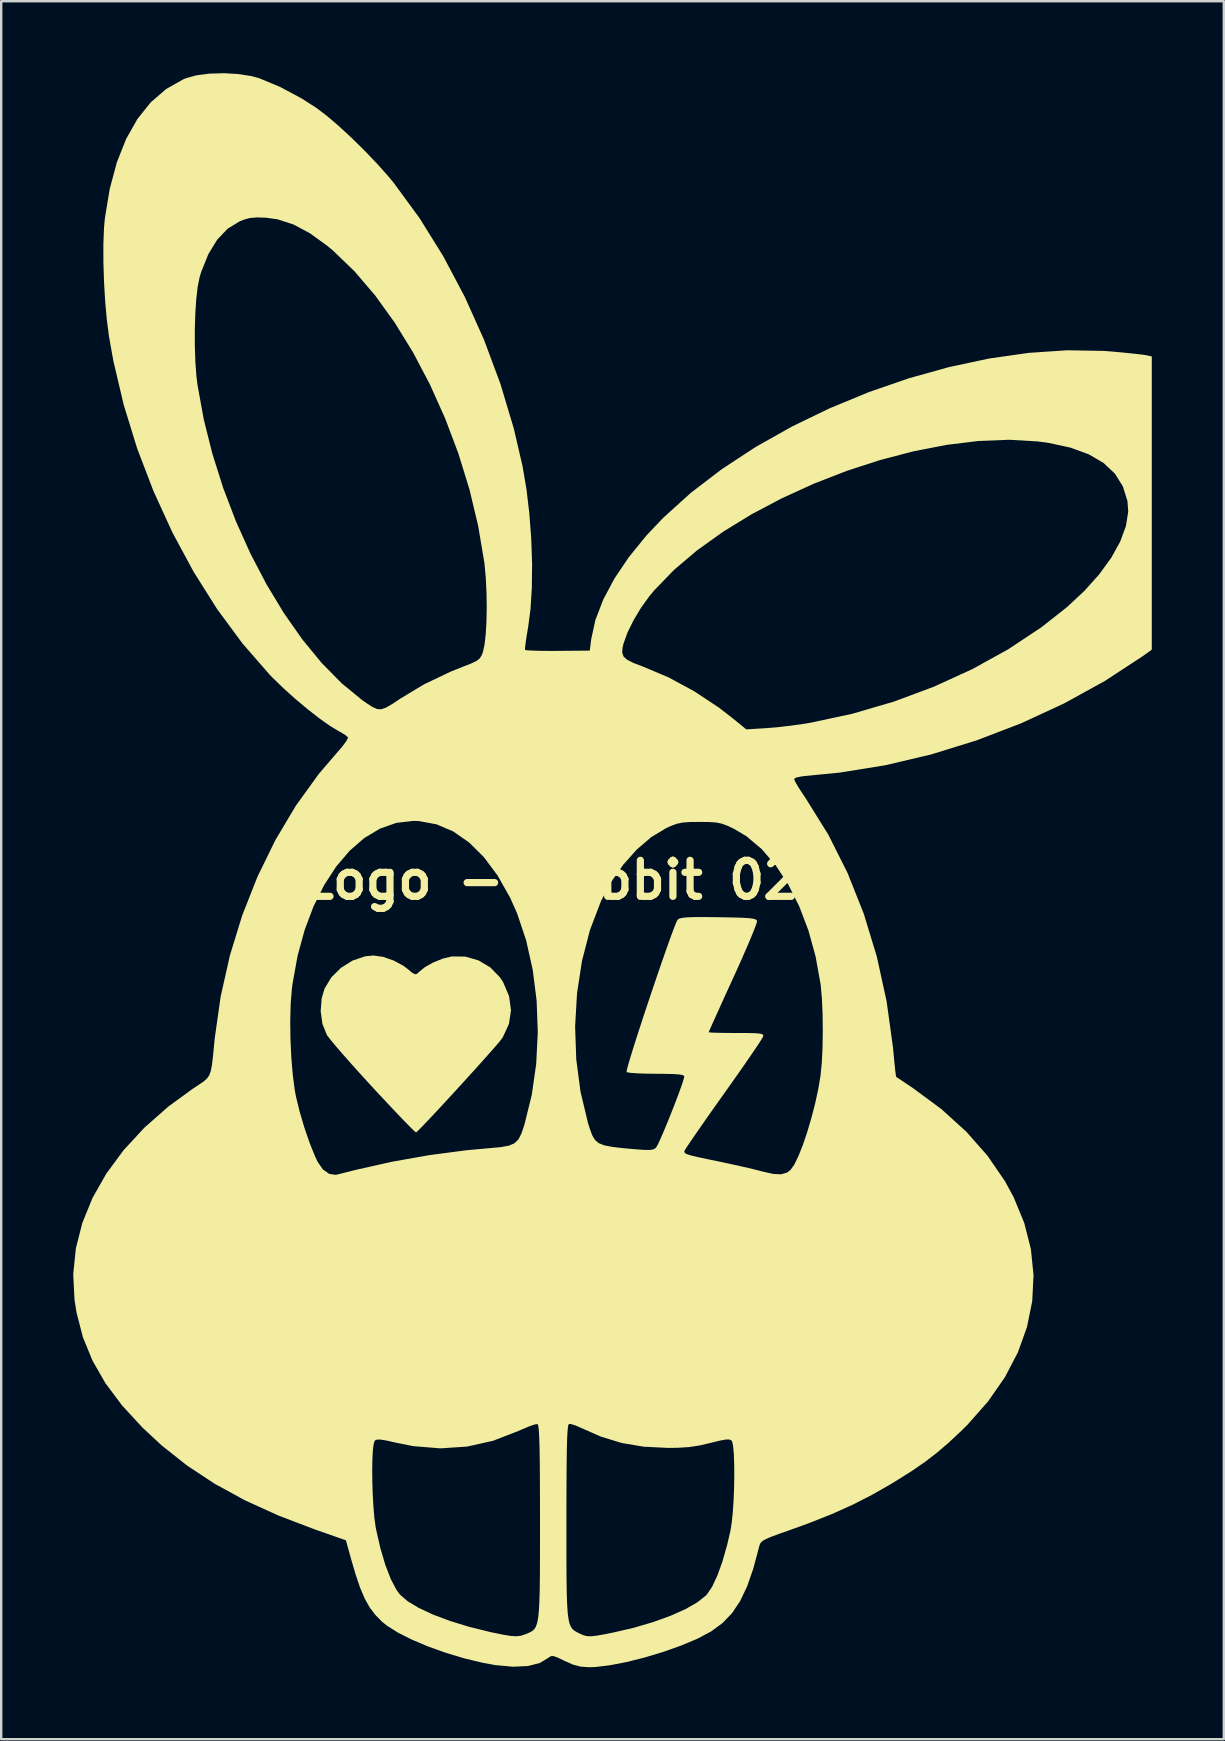
<source format=kicad_pcb>
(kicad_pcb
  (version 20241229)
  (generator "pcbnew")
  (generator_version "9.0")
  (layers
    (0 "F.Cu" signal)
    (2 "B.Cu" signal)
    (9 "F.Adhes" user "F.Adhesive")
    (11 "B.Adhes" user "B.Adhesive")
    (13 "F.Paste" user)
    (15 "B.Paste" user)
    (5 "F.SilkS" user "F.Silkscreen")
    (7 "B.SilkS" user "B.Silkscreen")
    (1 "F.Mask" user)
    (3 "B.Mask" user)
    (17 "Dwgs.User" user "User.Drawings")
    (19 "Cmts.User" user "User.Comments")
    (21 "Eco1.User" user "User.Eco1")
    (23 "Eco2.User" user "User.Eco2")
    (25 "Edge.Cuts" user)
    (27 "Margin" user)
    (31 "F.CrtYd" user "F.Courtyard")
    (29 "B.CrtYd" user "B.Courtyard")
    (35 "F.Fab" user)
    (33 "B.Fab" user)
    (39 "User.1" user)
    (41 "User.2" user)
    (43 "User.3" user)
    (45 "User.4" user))
  (footprint "Logo - Rabbit 02"
    (layer "F.Cu")
    (at 19.91 33.609)
    (property "Reference" "Logo - Rabbit 02" (at 0 0 0) (layer "F.SilkS") (effects (font (size 1.5 1.5) (thickness 0.3))))
    (attr board_only exclude_from_pos_files exclude_from_bom)
    (fp_poly (pts (xy -7 3.201) (xy -6.555 3.355) (xy -6.149 3.576) (xy -5.997 3.691) (xy -5.795 3.858) (xy -5.673 3.926) (xy -5.589 3.907) (xy -5.512 3.833) (xy -5.259 3.627) (xy -4.903 3.429) (xy -4.509 3.271) (xy -4.145 3.183) (xy -3.576 3.189) (xy -3.028 3.347) (xy -2.536 3.64) (xy -2.135 4.051) (xy -1.998 4.26) (xy -1.753 4.841) (xy -1.674 5.424) (xy -1.759 5.994) (xy -2.01 6.538) (xy -2.053 6.604) (xy -2.154 6.733) (xy -2.348 6.959) (xy -2.617 7.265) (xy -2.944 7.631) (xy -3.312 8.039) (xy -3.702 8.468) (xy -4.099 8.902) (xy -4.484 9.32) (xy -4.84 9.703) (xy -5.151 10.033) (xy -5.398 10.291) (xy -5.564 10.458) (xy -5.629 10.514) (xy -5.698 10.46) (xy -5.866 10.296) (xy -6.12 10.036) (xy -6.445 9.697) (xy -6.826 9.293) (xy -7.25 8.839) (xy -7.413 8.663) (xy -7.86 8.175) (xy -8.278 7.712) (xy -8.65 7.291) (xy -8.96 6.932) (xy -9.192 6.654) (xy -9.328 6.476) (xy -9.346 6.448) (xy -9.529 5.991) (xy -9.602 5.464) (xy -9.561 4.928) (xy -9.439 4.517) (xy -9.155 4.051) (xy -8.754 3.655) (xy -8.274 3.355) (xy -7.755 3.179) (xy -7.408 3.143)) (stroke (width 0) (type solid)) (fill yes) (layer "F.SilkS"))
    (fp_poly (pts (xy -13.027 -33.574) (xy -12.476 -33.487) (xy -12.15 -33.396) (xy -11.28 -33.032) (xy -10.389 -32.554) (xy -9.781 -32.165) (xy -9.351 -31.839) (xy -8.85 -31.411) (xy -8.308 -30.911) (xy -7.759 -30.37) (xy -7.233 -29.819) (xy -6.764 -29.29) (xy -6.552 -29.032) (xy -5.483 -27.573) (xy -4.494 -25.982) (xy -3.596 -24.286) (xy -2.799 -22.508) (xy -2.115 -20.672) (xy -1.556 -18.804) (xy -1.194 -17.245) (xy -1.031 -16.29) (xy -0.91 -15.269) (xy -0.831 -14.22) (xy -0.795 -13.182) (xy -0.805 -12.192) (xy -0.861 -11.289) (xy -0.96 -10.534) (xy -1.023 -10.164) (xy -1.068 -9.858) (xy -1.091 -9.653) (xy -1.09 -9.588) (xy -1 -9.57) (xy -0.77 -9.557) (xy -0.429 -9.548) (xy -0.007 -9.544) (xy 0.274 -9.546) (xy 1.608 -9.557) (xy 1.666 -10.025) (xy 1.841 -10.829) (xy 2.166 -11.678) (xy 2.633 -12.556) (xy 3.233 -13.448) (xy 3.957 -14.34) (xy 4.656 -15.079) (xy 5.82 -16.132) (xy 7.117 -17.123) (xy 8.526 -18.045) (xy 10.029 -18.891) (xy 11.606 -19.654) (xy 13.236 -20.327) (xy 14.899 -20.901) (xy 16.576 -21.369) (xy 18.248 -21.725) (xy 19.893 -21.96) (xy 21.492 -22.068) (xy 23.025 -22.041) (xy 23.347 -22.016) (xy 23.801 -21.975) (xy 24.212 -21.933) (xy 24.542 -21.897) (xy 24.752 -21.868) (xy 24.786 -21.862) (xy 25.019 -21.812) (xy 25.019 -15.704) (xy 25.019 -9.596) (xy 24.635 -9.321) (xy 23.059 -8.29) (xy 21.364 -7.356) (xy 19.576 -6.529) (xy 17.722 -5.818) (xy 15.827 -5.232) (xy 13.919 -4.782) (xy 12.022 -4.476) (xy 10.901 -4.366) (xy 10.479 -4.324) (xy 10.216 -4.273) (xy 10.118 -4.213) (xy 10.118 -4.207) (xy 10.163 -4.099) (xy 10.287 -3.886) (xy 10.467 -3.605) (xy 10.611 -3.391) (xy 11.542 -1.895) (xy 12.347 -0.292) (xy 13.023 1.408) (xy 13.566 3.193) (xy 13.973 5.054) (xy 14.239 6.978) (xy 14.261 7.212) (xy 14.297 7.597) (xy 14.33 7.912) (xy 14.356 8.124) (xy 14.371 8.198) (xy 14.446 8.249) (xy 14.631 8.373) (xy 14.893 8.549) (xy 15.071 8.667) (xy 16.258 9.544) (xy 17.295 10.485) (xy 18.177 11.486) (xy 18.904 12.546) (xy 19.264 13.21) (xy 19.707 14.288) (xy 19.983 15.374) (xy 20.093 16.462) (xy 20.038 17.546) (xy 19.82 18.62) (xy 19.44 19.677) (xy 18.899 20.712) (xy 18.199 21.719) (xy 17.341 22.691) (xy 17.091 22.938) (xy 16.563 23.432) (xy 16.071 23.854) (xy 15.571 24.239) (xy 15.017 24.62) (xy 14.367 25.029) (xy 14.167 25.151) (xy 13.36 25.613) (xy 12.548 26.027) (xy 11.687 26.413) (xy 10.734 26.791) (xy 9.993 27.059) (xy 9.517 27.227) (xy 9.177 27.353) (xy 8.947 27.45) (xy 8.804 27.532) (xy 8.723 27.612) (xy 8.68 27.704) (xy 8.657 27.79) (xy 8.42 28.681) (xy 8.162 29.423) (xy 7.871 30.035) (xy 7.533 30.539) (xy 7.134 30.954) (xy 6.66 31.301) (xy 6.099 31.6) (xy 6.096 31.601) (xy 5.412 31.889) (xy 4.666 32.153) (xy 3.897 32.385) (xy 3.144 32.574) (xy 2.444 32.709) (xy 1.838 32.782) (xy 1.588 32.791) (xy 1.227 32.766) (xy 0.9 32.679) (xy 0.559 32.527) (xy 0.277 32.391) (xy 0.102 32.327) (xy -0.01 32.328) (xy -0.1 32.384) (xy -0.115 32.397) (xy -0.477 32.616) (xy -0.971 32.741) (xy -1.586 32.77) (xy -2.315 32.704) (xy -2.836 32.61) (xy -3.617 32.422) (xy -4.392 32.19) (xy -5.132 31.925) (xy -5.807 31.639) (xy -6.39 31.345) (xy -6.851 31.053) (xy -7.052 30.89) (xy -7.328 30.607) (xy -7.562 30.298) (xy -7.766 29.934) (xy -7.957 29.486) (xy -8.147 28.926) (xy -8.33 28.3) (xy -8.551 27.504) (xy -9.821 27.06) (xy -11.361 26.473) (xy -12.753 25.84) (xy -14.016 25.149) (xy -14.861 24.592) (xy -7.455 24.592) (xy -7.45 25.094) (xy -7.433 25.61) (xy -7.404 26.111) (xy -7.365 26.565) (xy -7.314 26.94) (xy -7.298 27.031) (xy -7.115 27.832) (xy -6.907 28.535) (xy -6.68 29.121) (xy -6.444 29.569) (xy -6.298 29.766) (xy -5.977 30.044) (xy -5.508 30.325) (xy -4.911 30.602) (xy -4.207 30.866) (xy -3.416 31.108) (xy -2.559 31.321) (xy -2.421 31.35) (xy -1.983 31.439) (xy -1.67 31.489) (xy -1.44 31.501) (xy -1.255 31.477) (xy -1.074 31.418) (xy -1.019 31.396) (xy -0.897 31.343) (xy -0.794 31.287) (xy -0.709 31.212) (xy -0.64 31.105) (xy -0.586 30.952) (xy -0.544 30.738) (xy -0.513 30.449) (xy -0.492 30.07) (xy -0.478 29.588) (xy -0.47 28.988) (xy -0.467 28.255) (xy -0.466 27.376) (xy -0.466 26.732) (xy 0.635 26.732) (xy 0.635 27.706) (xy 0.636 28.524) (xy 0.641 29.202) (xy 0.65 29.753) (xy 0.666 30.192) (xy 0.689 30.533) (xy 0.723 30.791) (xy 0.767 30.981) (xy 0.826 31.116) (xy 0.899 31.212) (xy 0.988 31.283) (xy 1.096 31.343) (xy 1.181 31.385) (xy 1.338 31.456) (xy 1.486 31.495) (xy 1.66 31.502) (xy 1.899 31.476) (xy 2.238 31.416) (xy 2.592 31.344) (xy 3.445 31.146) (xy 4.243 30.912) (xy 4.963 30.652) (xy 5.585 30.375) (xy 6.085 30.09) (xy 6.442 29.807) (xy 6.487 29.759) (xy 6.704 29.439) (xy 6.923 28.972) (xy 7.135 28.382) (xy 7.332 27.689) (xy 7.468 27.099) (xy 7.522 26.76) (xy 7.565 26.331) (xy 7.598 25.843) (xy 7.619 25.326) (xy 7.628 24.811) (xy 7.624 24.329) (xy 7.609 23.911) (xy 7.58 23.587) (xy 7.538 23.389) (xy 7.515 23.349) (xy 7.43 23.307) (xy 7.279 23.306) (xy 7.03 23.35) (xy 6.653 23.443) (xy 6.626 23.45) (xy 6.167 23.557) (xy 5.737 23.621) (xy 5.263 23.65) (xy 4.868 23.655) (xy 3.858 23.605) (xy 2.94 23.451) (xy 2.063 23.182) (xy 1.243 22.82) (xy 0.999 22.713) (xy 0.807 22.658) (xy 0.741 22.658) (xy 0.715 22.702) (xy 0.694 22.823) (xy 0.676 23.032) (xy 0.662 23.342) (xy 0.652 23.763) (xy 0.644 24.308) (xy 0.639 24.988) (xy 0.636 25.816) (xy 0.635 26.732) (xy -0.466 26.732) (xy -0.466 26.728) (xy -0.467 25.749) (xy -0.47 24.928) (xy -0.475 24.254) (xy -0.483 23.716) (xy -0.495 23.302) (xy -0.509 23.001) (xy -0.527 22.801) (xy -0.549 22.692) (xy -0.57 22.661) (xy -0.689 22.679) (xy -0.919 22.759) (xy -1.218 22.884) (xy -1.36 22.948) (xy -2.421 23.358) (xy -3.505 23.6) (xy -4.614 23.674) (xy -5.749 23.581) (xy -6.501 23.43) (xy -6.879 23.344) (xy -7.126 23.306) (xy -7.275 23.312) (xy -7.348 23.351) (xy -7.394 23.485) (xy -7.428 23.757) (xy -7.448 24.136) (xy -7.455 24.592) (xy -14.861 24.592) (xy -15.166 24.391) (xy -16.223 23.554) (xy -17.025 22.809) (xy -17.877 21.884) (xy -18.57 20.957) (xy -19.11 20.014) (xy -19.509 19.037) (xy -19.773 18.011) (xy -19.855 17.498) (xy -19.91 16.422) (xy -19.801 15.348) (xy -19.532 14.286) (xy -19.107 13.244) (xy -18.532 12.23) (xy -17.811 11.252) (xy -16.949 10.319) (xy -15.95 9.438) (xy -14.935 8.697) (xy -14.674 8.525) (xy -14.48 8.393) (xy -14.341 8.271) (xy -14.244 8.133) (xy -14.178 7.951) (xy -14.13 7.696) (xy -14.088 7.341) (xy -14.041 6.858) (xy -14.014 6.584) (xy -13.91 5.851) (xy -10.87 5.851) (xy -10.861 6.617) (xy -10.825 7.389) (xy -10.764 8.116) (xy -10.681 8.75) (xy -10.63 9.022) (xy -10.476 9.653) (xy -10.281 10.313) (xy -10.063 10.947) (xy -9.842 11.498) (xy -9.73 11.736) (xy -9.511 12.052) (xy -9.25 12.239) (xy -8.975 12.28) (xy -8.932 12.272) (xy -8.795 12.238) (xy -8.541 12.174) (xy -8.217 12.093) (xy -8.105 12.065) (xy -6.625 11.733) (xy -5.069 11.458) (xy -3.521 11.255) (xy -2.582 11.169) (xy -2.105 11.126) (xy -1.764 11.065) (xy -1.528 10.965) (xy -1.363 10.803) (xy -1.238 10.557) (xy -1.12 10.206) (xy -1.11 10.173) (xy -0.808 8.944) (xy -0.624 7.658) (xy -0.558 6.344) (xy -0.567 6.09) (xy 0.997 6.09) (xy 1.044 7.466) (xy 1.221 8.813) (xy 1.529 10.103) (xy 1.614 10.375) (xy 1.712 10.638) (xy 1.825 10.828) (xy 1.983 10.961) (xy 2.216 11.053) (xy 2.552 11.117) (xy 3.021 11.171) (xy 3.162 11.184) (xy 3.61 11.223) (xy 3.921 11.243) (xy 4.125 11.242) (xy 4.252 11.22) (xy 4.335 11.174) (xy 4.37 11.142) (xy 4.439 11.024) (xy 4.553 10.779) (xy 4.7 10.44) (xy 4.866 10.039) (xy 5.038 9.609) (xy 5.204 9.182) (xy 5.35 8.792) (xy 5.464 8.47) (xy 5.532 8.25) (xy 5.546 8.176) (xy 5.501 8.132) (xy 5.354 8.1) (xy 5.087 8.081) (xy 4.68 8.072) (xy 4.365 8.07) (xy 3.936 8.065) (xy 3.569 8.051) (xy 3.298 8.031) (xy 3.154 8.005) (xy 3.14 7.997) (xy 3.154 7.899) (xy 3.217 7.663) (xy 3.323 7.309) (xy 3.463 6.859) (xy 3.631 6.333) (xy 3.82 5.755) (xy 4.022 5.144) (xy 4.231 4.521) (xy 4.439 3.91) (xy 4.639 3.329) (xy 4.824 2.802) (xy 4.986 2.349) (xy 5.119 1.992) (xy 5.216 1.751) (xy 5.268 1.65) (xy 5.341 1.605) (xy 5.472 1.573) (xy 5.682 1.553) (xy 5.996 1.543) (xy 6.436 1.543) (xy 6.971 1.548) (xy 7.53 1.558) (xy 7.943 1.57) (xy 8.23 1.587) (xy 8.416 1.61) (xy 8.52 1.642) (xy 8.567 1.685) (xy 8.576 1.711) (xy 8.548 1.821) (xy 8.458 2.064) (xy 8.313 2.42) (xy 8.122 2.868) (xy 7.895 3.386) (xy 7.639 3.954) (xy 7.582 4.079) (xy 7.321 4.649) (xy 7.085 5.168) (xy 6.883 5.615) (xy 6.722 5.972) (xy 6.613 6.217) (xy 6.564 6.333) (xy 6.562 6.339) (xy 6.641 6.351) (xy 6.859 6.361) (xy 7.185 6.368) (xy 7.589 6.371) (xy 7.715 6.371) (xy 8.177 6.373) (xy 8.494 6.38) (xy 8.693 6.396) (xy 8.798 6.424) (xy 8.833 6.468) (xy 8.829 6.52) (xy 8.771 6.623) (xy 8.627 6.846) (xy 8.407 7.172) (xy 8.125 7.583) (xy 7.791 8.063) (xy 7.417 8.592) (xy 7.168 8.944) (xy 6.778 9.492) (xy 6.422 9.998) (xy 6.112 10.444) (xy 5.858 10.813) (xy 5.672 11.089) (xy 5.566 11.255) (xy 5.546 11.296) (xy 5.554 11.346) (xy 5.596 11.39) (xy 5.695 11.434) (xy 5.873 11.485) (xy 6.153 11.55) (xy 6.56 11.637) (xy 6.946 11.717) (xy 7.447 11.823) (xy 7.945 11.933) (xy 8.389 12.036) (xy 8.731 12.122) (xy 8.805 12.142) (xy 9.248 12.242) (xy 9.575 12.258) (xy 9.819 12.189) (xy 9.969 12.077) (xy 10.124 11.858) (xy 10.299 11.501) (xy 10.483 11.036) (xy 10.668 10.492) (xy 10.843 9.898) (xy 11.001 9.284) (xy 11.131 8.68) (xy 11.22 8.145) (xy 11.272 7.623) (xy 11.303 6.987) (xy 11.314 6.292) (xy 11.306 5.591) (xy 11.277 4.941) (xy 11.229 4.394) (xy 11.221 4.332) (xy 11.014 3.183) (xy 10.715 2.099) (xy 10.333 1.095) (xy 9.876 0.186) (xy 9.353 -0.613) (xy 8.771 -1.287) (xy 8.139 -1.822) (xy 7.619 -2.131) (xy 7.332 -2.266) (xy 7.1 -2.351) (xy 6.866 -2.398) (xy 6.575 -2.417) (xy 6.181 -2.421) (xy 5.773 -2.416) (xy 5.478 -2.395) (xy 5.24 -2.346) (xy 5.003 -2.259) (xy 4.778 -2.157) (xy 4.169 -1.788) (xy 3.571 -1.276) (xy 3.01 -0.649) (xy 2.508 0.066) (xy 2.091 0.843) (xy 2.071 0.886) (xy 1.615 2.084) (xy 1.283 3.37) (xy 1.077 4.715) (xy 0.997 6.09) (xy -0.567 6.09) (xy -0.606 5.031) (xy -0.768 3.746) (xy -1.041 2.519) (xy -1.423 1.378) (xy -1.717 0.722) (xy -2.235 -0.191) (xy -2.805 -0.956) (xy -3.422 -1.568) (xy -4.081 -2.025) (xy -4.779 -2.322) (xy -5.511 -2.456) (xy -5.741 -2.464) (xy -6.453 -2.381) (xy -7.137 -2.139) (xy -7.787 -1.749) (xy -8.395 -1.22) (xy -8.955 -0.563) (xy -9.459 0.214) (xy -9.9 1.099) (xy -10.271 2.083) (xy -10.564 3.156) (xy -10.772 4.308) (xy -10.801 4.532) (xy -10.851 5.139) (xy -10.87 5.851) (xy -13.91 5.851) (xy -13.768 4.852) (xy -13.384 3.143) (xy -12.871 1.475) (xy -12.237 -0.134) (xy -11.489 -1.664) (xy -10.636 -3.097) (xy -9.685 -4.414) (xy -8.939 -5.286) (xy -8.713 -5.546) (xy -8.549 -5.765) (xy -8.468 -5.911) (xy -8.466 -5.946) (xy -8.571 -6.037) (xy -8.767 -6.158) (xy -8.847 -6.201) (xy -9.204 -6.415) (xy -9.645 -6.726) (xy -10.138 -7.11) (xy -10.65 -7.539) (xy -11.15 -7.987) (xy -11.605 -8.429) (xy -11.728 -8.555) (xy -12.856 -9.851) (xy -13.914 -11.284) (xy -14.892 -12.835) (xy -15.781 -14.483) (xy -16.569 -16.207) (xy -17.249 -17.986) (xy -17.808 -19.801) (xy -18.239 -21.63) (xy -18.419 -22.639) (xy -18.454 -22.915) (xy -14.845 -22.915) (xy -14.844 -22.232) (xy -14.821 -21.571) (xy -14.776 -20.971) (xy -14.736 -20.643) (xy -14.475 -19.202) (xy -14.114 -17.76) (xy -13.663 -16.333) (xy -13.131 -14.94) (xy -12.526 -13.595) (xy -11.857 -12.316) (xy -11.134 -11.119) (xy -10.365 -10.022) (xy -9.559 -9.041) (xy -8.724 -8.193) (xy -7.871 -7.494) (xy -7.69 -7.367) (xy -7.448 -7.211) (xy -7.258 -7.124) (xy -7.082 -7.113) (xy -6.88 -7.182) (xy -6.613 -7.338) (xy -6.275 -7.563) (xy -5.289 -8.156) (xy -4.187 -8.682) (xy -3.683 -8.884) (xy -3.338 -9.018) (xy -3.117 -9.123) (xy -2.984 -9.224) (xy -2.903 -9.346) (xy -2.852 -9.474) (xy 2.958 -9.474) (xy 3.012 -9.315) (xy 3.159 -9.179) (xy 3.423 -9.045) (xy 3.825 -8.891) (xy 4.887 -8.443) (xy 5.957 -7.864) (xy 6.985 -7.184) (xy 7.535 -6.759) (xy 8.128 -6.276) (xy 8.975 -6.328) (xy 9.434 -6.367) (xy 9.977 -6.43) (xy 10.517 -6.506) (xy 10.795 -6.551) (xy 12.55 -6.928) (xy 14.272 -7.432) (xy 15.939 -8.053) (xy 17.533 -8.781) (xy 19.032 -9.609) (xy 20.415 -10.525) (xy 21.485 -11.368) (xy 22.214 -12.047) (xy 22.831 -12.737) (xy 23.33 -13.425) (xy 23.702 -14.097) (xy 23.94 -14.741) (xy 24.037 -15.342) (xy 24.006 -15.783) (xy 23.813 -16.4) (xy 23.482 -16.929) (xy 23.01 -17.373) (xy 22.395 -17.733) (xy 21.636 -18.011) (xy 20.731 -18.208) (xy 20.278 -18.27) (xy 19.08 -18.34) (xy 17.804 -18.29) (xy 16.469 -18.127) (xy 15.095 -17.86) (xy 13.702 -17.496) (xy 12.311 -17.044) (xy 10.942 -16.511) (xy 9.613 -15.905) (xy 8.347 -15.236) (xy 7.161 -14.509) (xy 6.078 -13.734) (xy 5.116 -12.919) (xy 4.296 -12.071) (xy 4.078 -11.808) (xy 3.736 -11.332) (xy 3.429 -10.817) (xy 3.18 -10.31) (xy 3.015 -9.856) (xy 2.973 -9.677) (xy 2.958 -9.474) (xy -2.852 -9.474) (xy -2.848 -9.484) (xy -2.779 -9.786) (xy -2.729 -10.22) (xy -2.697 -10.752) (xy -2.685 -11.346) (xy -2.694 -11.964) (xy -2.723 -12.572) (xy -2.774 -13.132) (xy -2.788 -13.248) (xy -3.043 -14.76) (xy -3.405 -16.273) (xy -3.866 -17.769) (xy -4.417 -19.229) (xy -5.047 -20.635) (xy -5.749 -21.97) (xy -6.514 -23.214) (xy -7.331 -24.349) (xy -8.193 -25.357) (xy -9.089 -26.221) (xy -9.334 -26.424) (xy -10.055 -26.945) (xy -10.739 -27.309) (xy -11.4 -27.524) (xy -11.881 -27.59) (xy -12.262 -27.602) (xy -12.545 -27.578) (xy -12.801 -27.509) (xy -12.982 -27.437) (xy -13.479 -27.131) (xy -13.914 -26.673) (xy -14.282 -26.071) (xy -14.578 -25.334) (xy -14.647 -25.103) (xy -14.725 -24.714) (xy -14.785 -24.194) (xy -14.825 -23.581) (xy -14.845 -22.915) (xy -18.454 -22.915) (xy -18.509 -23.332) (xy -18.579 -24.107) (xy -18.627 -24.92) (xy -18.653 -25.728) (xy -18.654 -26.488) (xy -18.628 -27.156) (xy -18.591 -27.573) (xy -18.387 -28.799) (xy -18.092 -29.898) (xy -17.708 -30.867) (xy -17.237 -31.701) (xy -16.681 -32.396) (xy -16.042 -32.949) (xy -15.324 -33.355) (xy -15.214 -33.401) (xy -14.776 -33.522) (xy -14.23 -33.592) (xy -13.63 -33.609)) (stroke (width 0) (type solid)) (fill yes) (layer "F.SilkS")))
  (gr_rect
    (start -3 -3)
    (end 47.929 69.399)
    (stroke (width 0.1) (type default))
    (fill no)
    (layer "Edge.Cuts")))
</source>
